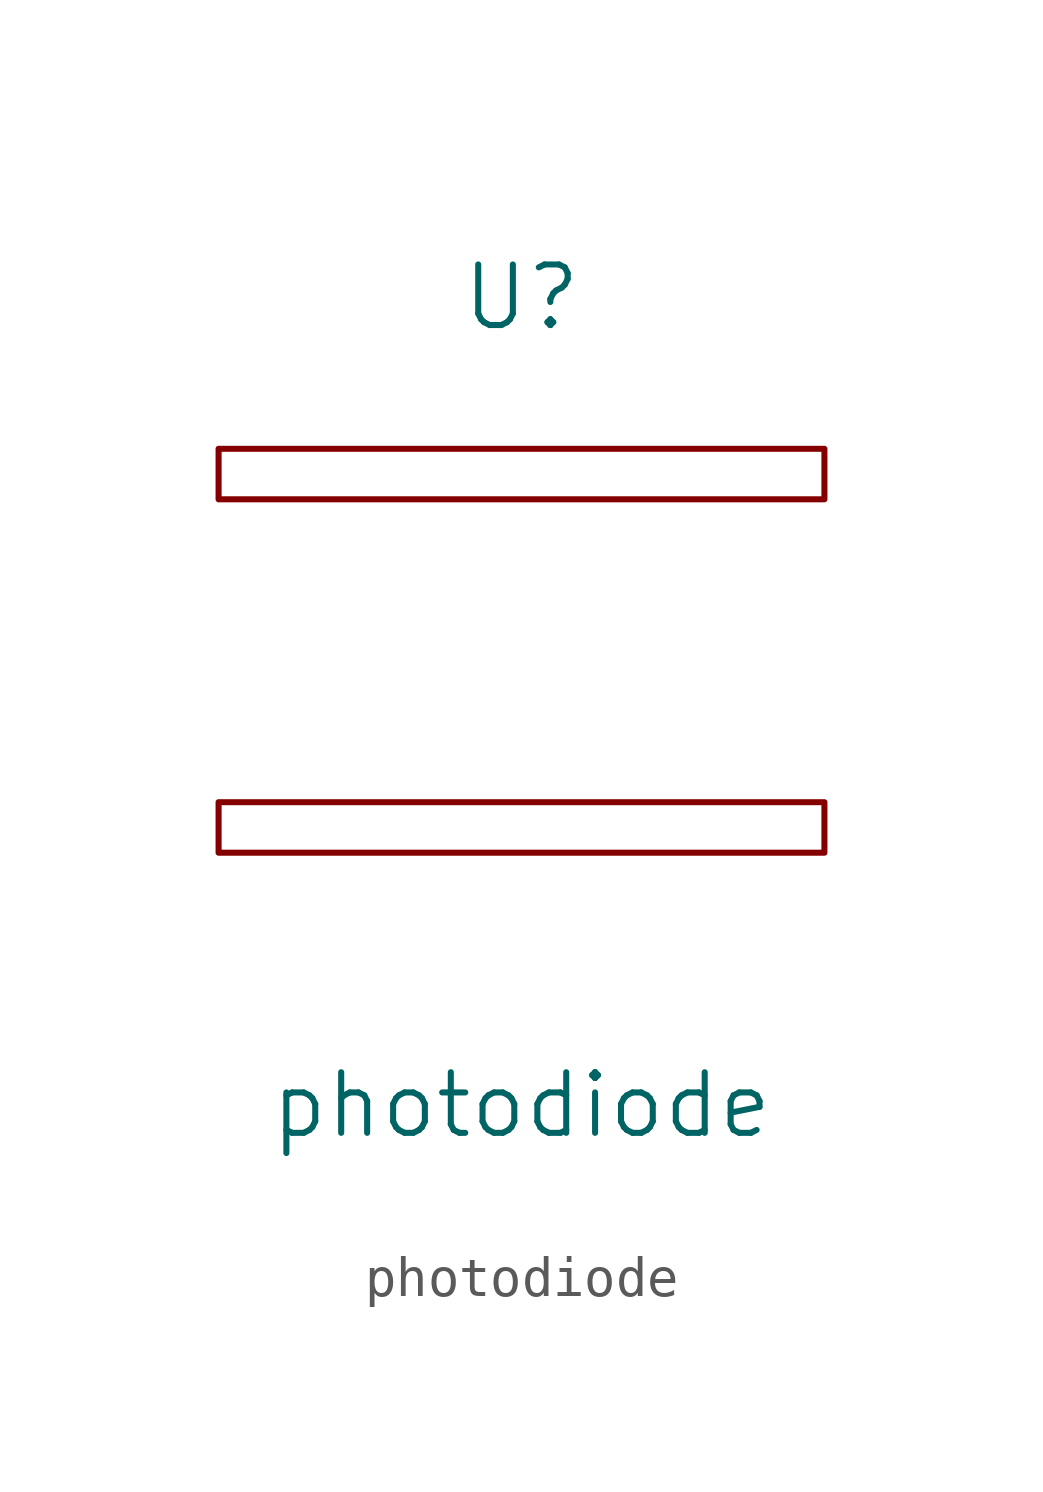
<source format=kicad_sym>
(kicad_symbol_lib
  (version 20220914)
  (generator kicad_symbol_editor)
  (symbol "photodiode"
    (pin_names
      (offset 1.016))
    (property "Reference" "U"
      (at 0 8.89 0)
      (effects (font (size 1.524 1.524))))
    (property "Value" "photodiode"
      (at 0 -11.43 0)
      (effects (font (size 1.524 1.524))))
    (property "Footprint" ""
      (at 0 0 0)
      (effects (font (size 1.524 1.524))))
    (property "Datasheet" ""
      (at 0 0 0)
      (effects (font (size 1.524 1.524))))
    (symbol "photodiode_0_1"
      (rectangle (start -7.62 -3.81) (end 7.62 -5.08) (stroke (width 0) (type solid)) (fill (type none)))
      (rectangle (start -7.62 5.08) (end 7.62 3.81) (stroke (width 0) (type solid)) (fill (type none))))))
</source>
